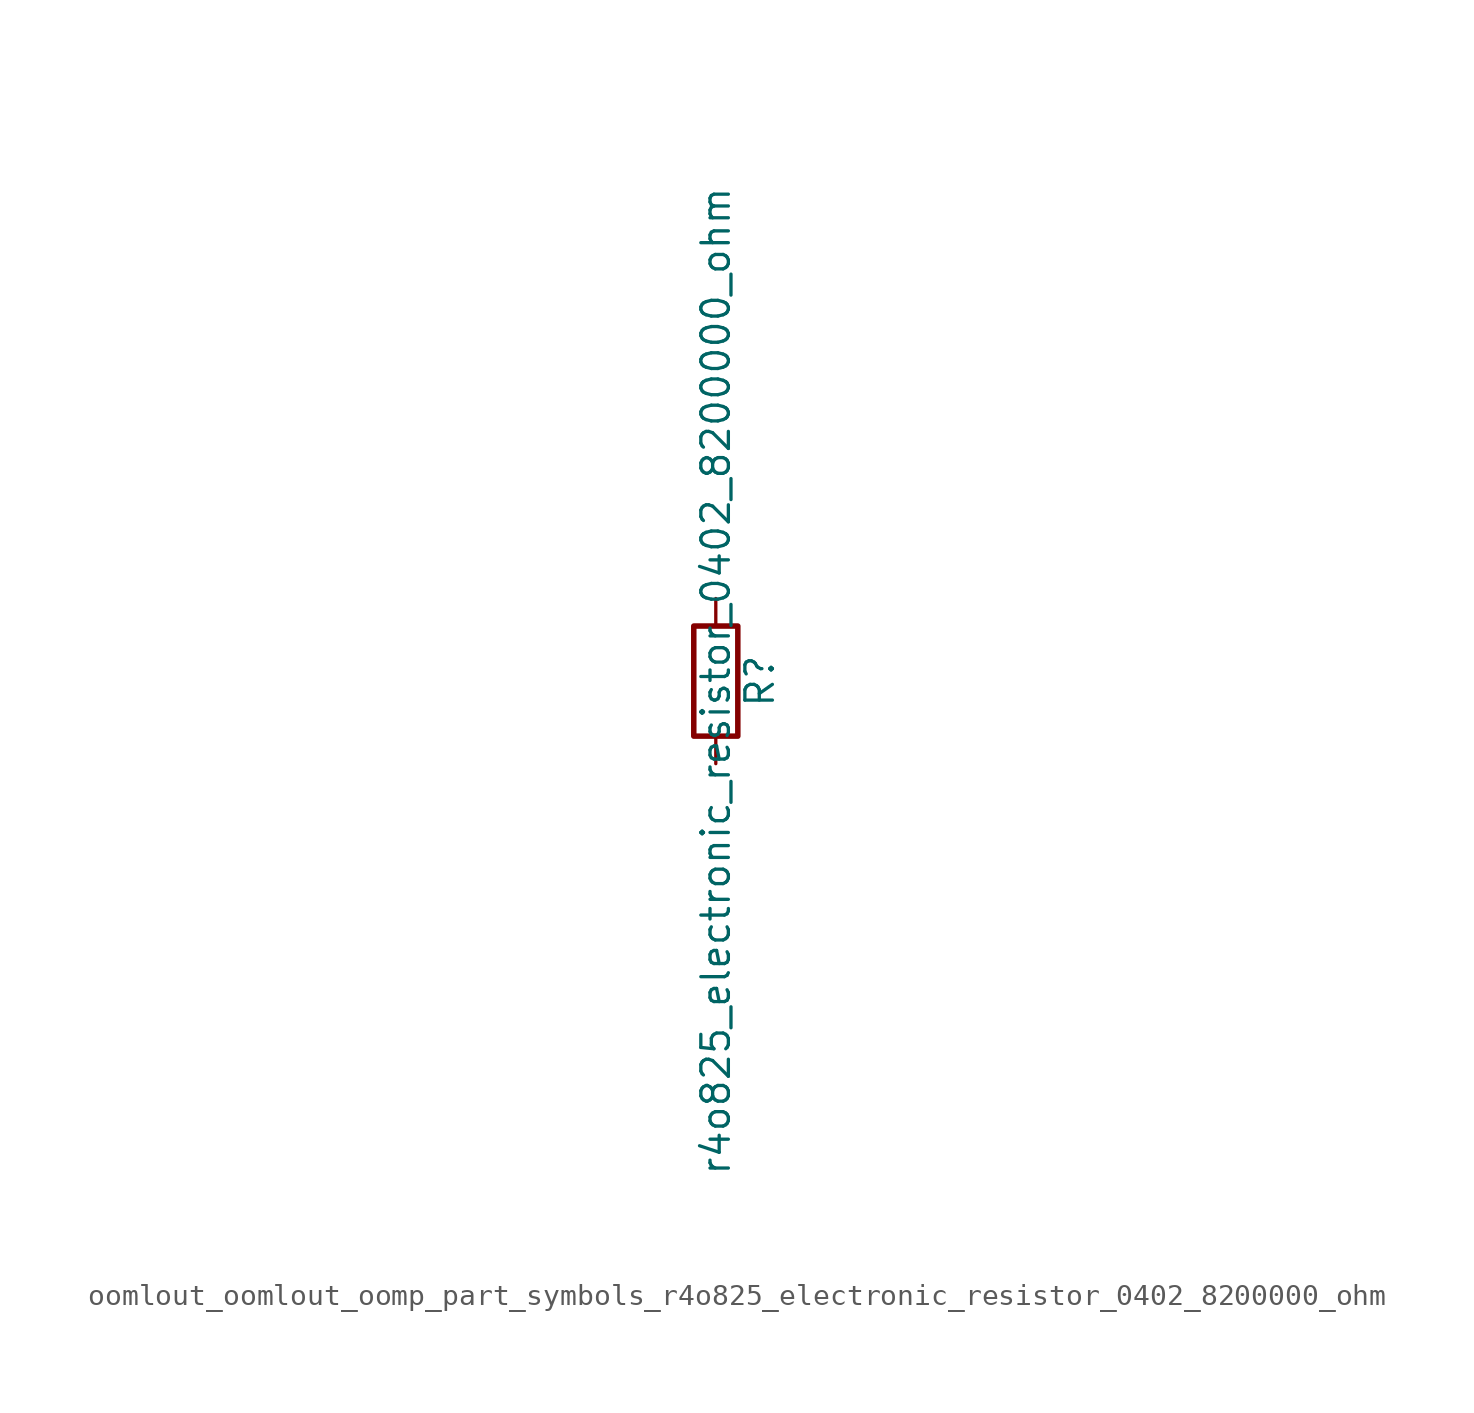
<source format=kicad_sym>
(kicad_symbol_lib
  (version 20220914)
  (generator kicad_symbol_editor)
  (symbol "oomlout_oomlout_oomp_part_symbols_r4o825_electronic_resistor_0402_8200000_ohm"
    (pin_numbers hide)
    (pin_names
      (offset 0))
    (property "Reference" "R"
      (at 2.032 0 90)
      (effects (font (size 1.27 1.27))))
    (property "Value" "r4o825_electronic_resistor_0402_8200000_ohm"
      (at 0 0 90)
      (effects (font (size 1.27 1.27))))
    (symbol "oomlout_oomlout_oomp_part_symbols_r4o825_electronic_resistor_0402_8200000_ohm_0_1"
      (rectangle (start -1.016 -2.54) (end 1.016 2.54) (stroke (width 0.254) (type default)) (fill (type none))))
    (symbol "oomlout_oomlout_oomp_part_symbols_r4o825_electronic_resistor_0402_8200000_ohm_1_1"
      (pin passive line (at 0 3.81 270) (length 1.27) (name "~" (effects (font (size 1.27 1.27)))) (number "1" (effects (font (size 1.27 1.27)))))
      (pin passive line (at 0 -3.81 90) (length 1.27) (name "~" (effects (font (size 1.27 1.27)))) (number "2" (effects (font (size 1.27 1.27))))))))
</source>
